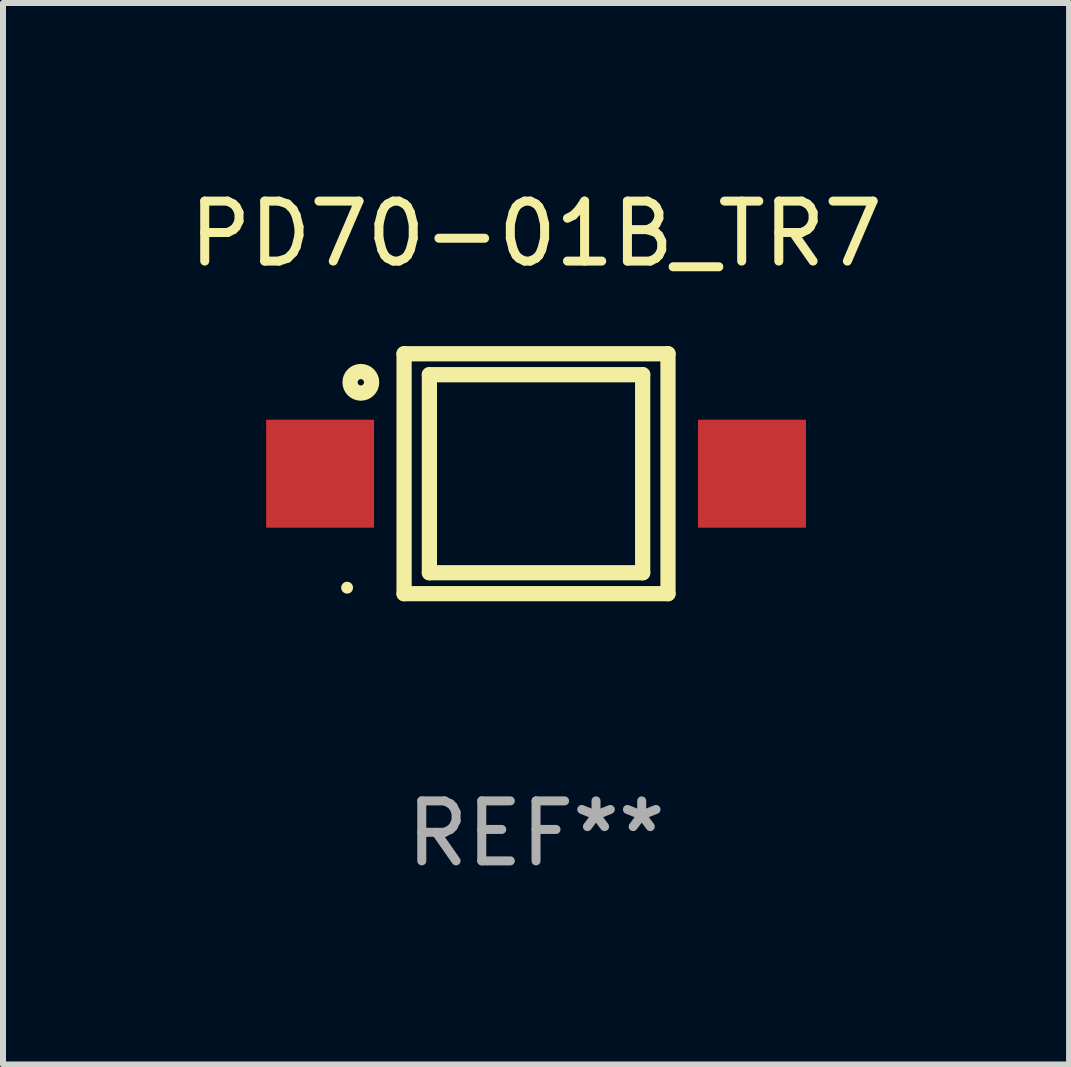
<source format=kicad_pcb>
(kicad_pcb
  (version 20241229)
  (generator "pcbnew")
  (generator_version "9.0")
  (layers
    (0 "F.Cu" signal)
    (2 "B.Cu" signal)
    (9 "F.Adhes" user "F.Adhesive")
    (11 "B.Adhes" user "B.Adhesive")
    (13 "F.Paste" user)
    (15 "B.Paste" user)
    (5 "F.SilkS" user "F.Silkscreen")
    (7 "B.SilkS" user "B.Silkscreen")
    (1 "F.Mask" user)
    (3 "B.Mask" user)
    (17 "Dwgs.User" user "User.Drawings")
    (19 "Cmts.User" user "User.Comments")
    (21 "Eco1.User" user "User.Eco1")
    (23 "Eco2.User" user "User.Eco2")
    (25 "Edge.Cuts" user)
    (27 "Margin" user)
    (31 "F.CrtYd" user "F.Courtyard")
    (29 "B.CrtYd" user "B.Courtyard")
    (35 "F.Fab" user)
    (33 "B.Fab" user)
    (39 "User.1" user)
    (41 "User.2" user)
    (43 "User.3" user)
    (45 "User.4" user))
  (footprint "PD70-01B_TR7"
    (layer "F.Cu")
    (at 5.887 4.848)
    (property "Reference" "PD70-01B_TR7" (at 0 -4 0) (layer "F.SilkS") (effects (font (size 1 1) (thickness 0.15))))
    (attr through_hole)
    (fp_line (start -2.2 -2) (end 2.2 -2) (stroke (width 0.254) (type solid)) (layer "F.SilkS"))
    (fp_line (start -2.2 2) (end -2.2 -2) (stroke (width 0.254) (type solid)) (layer "F.SilkS"))
    (fp_line (start -1.778 -1.651) (end 1.778 -1.651) (stroke (width 0.254) (type solid)) (layer "F.SilkS"))
    (fp_line (start -1.778 1.651) (end -1.778 -1.651) (stroke (width 0.254) (type solid)) (layer "F.SilkS"))
    (fp_line (start 1.778 -1.651) (end 1.778 1.651) (stroke (width 0.254) (type solid)) (layer "F.SilkS"))
    (fp_line (start 1.778 1.651) (end -1.778 1.651) (stroke (width 0.254) (type solid)) (layer "F.SilkS"))
    (fp_line (start 2.2 -2) (end 2.2 2) (stroke (width 0.254) (type solid)) (layer "F.SilkS"))
    (fp_line (start 2.2 2) (end -2.2 2) (stroke (width 0.254) (type solid)) (layer "F.SilkS"))
    (fp_circle (center -3.15 1.9) (end -3.1 1.9) (stroke (width 0.1) (type solid)) (fill no) (layer "F.SilkS"))
    (fp_circle (center -2.921 -1.524) (end -2.741 -1.524) (stroke (width 0.254) (type solid)) (fill no) (layer "F.SilkS"))
    (fp_text user "REF**" (at 0 6 0) (layer "F.Fab") (effects (font (size 1 1) (thickness 0.15))))
    (pad "1" smd rect (at -3.6 0) (size 1.8 1.8) (layers "F.Cu" "F.Mask" "F.Paste"))
    (pad "2" smd rect (at 3.6 0) (size 1.8 1.8) (layers "F.Cu" "F.Mask" "F.Paste")))
  (gr_rect
    (start -3 -3)
    (end 14.774 14.697)
    (stroke (width 0.1) (type default))
    (fill no)
    (layer "Edge.Cuts")))
</source>
